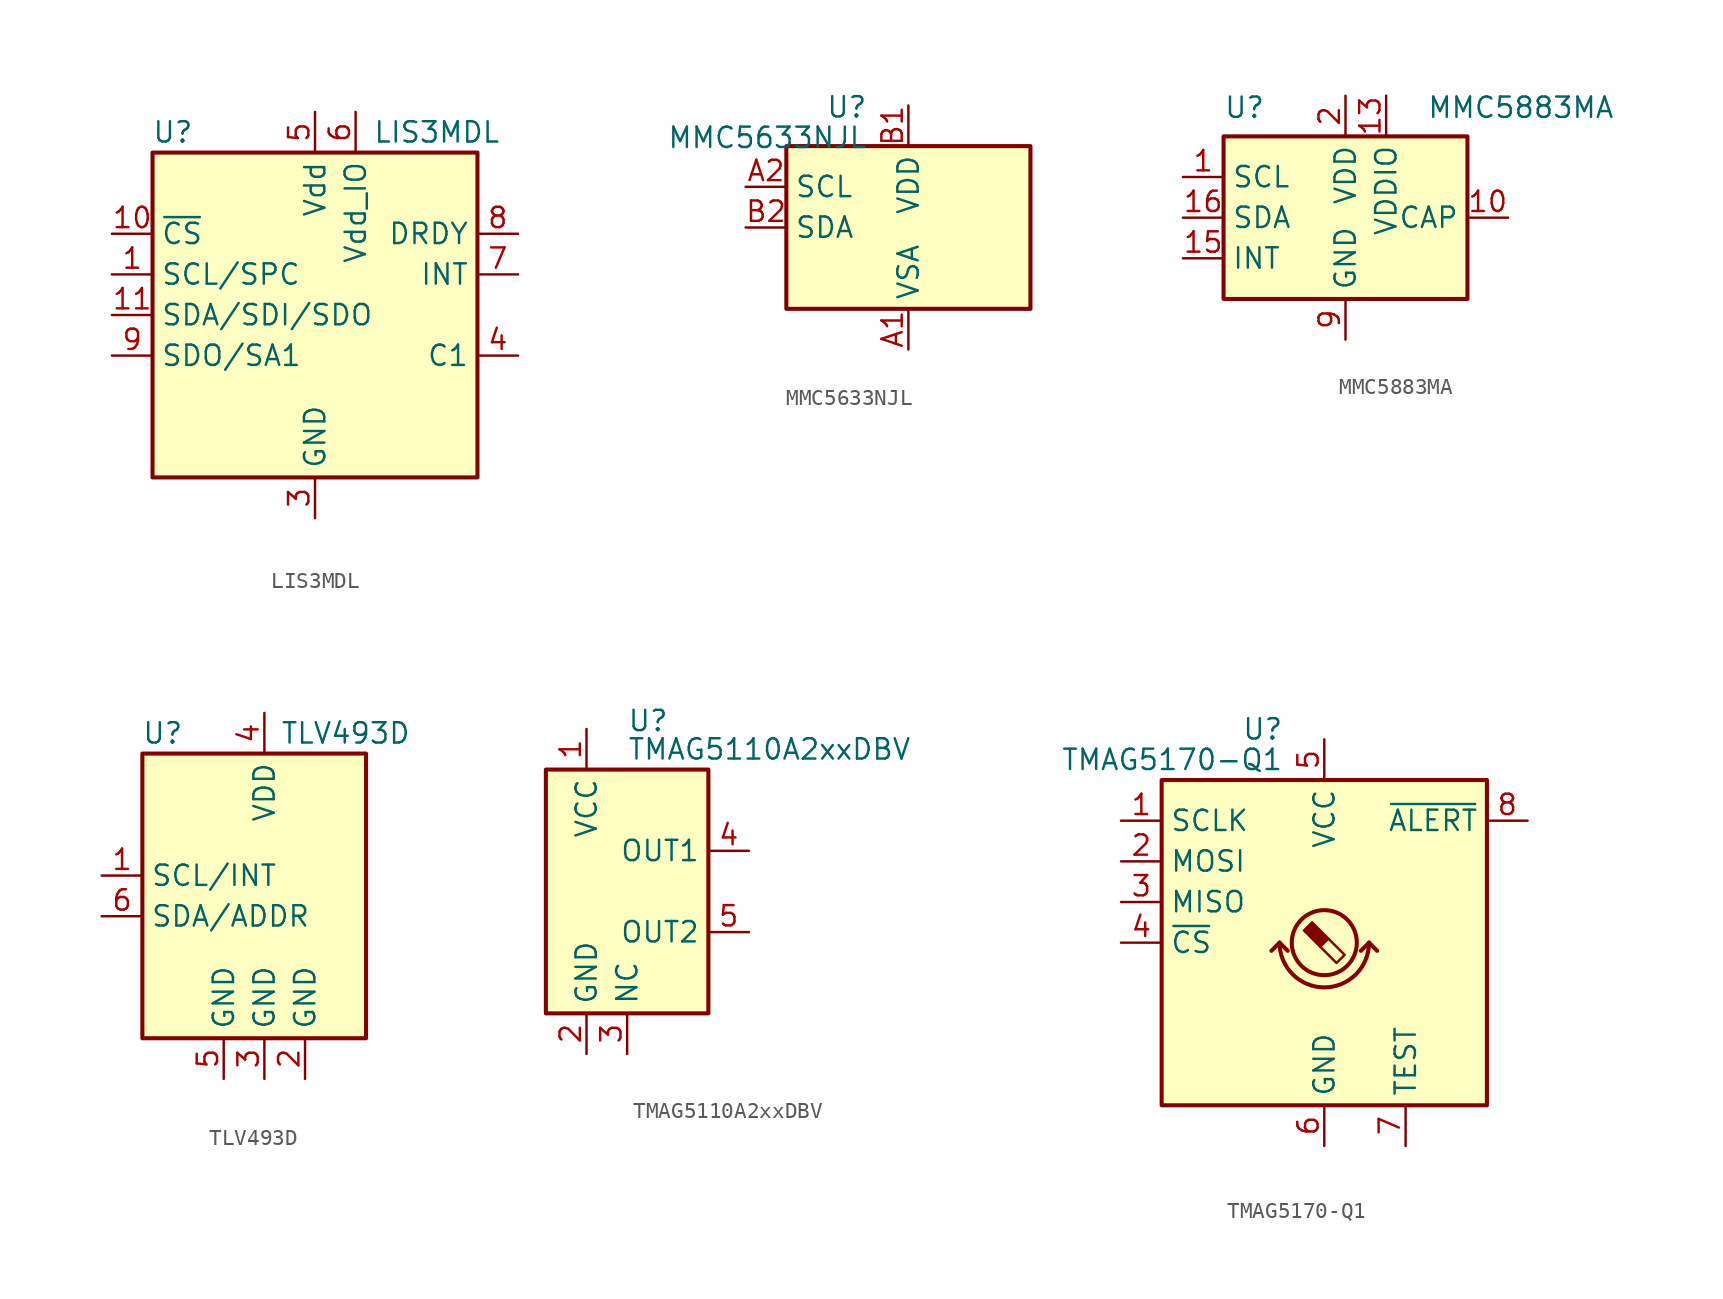
<source format=kicad_sym>
(kicad_symbol_lib
  (version 20220914)
  (generator kicad_symbol_editor)
  (symbol "LIS3MDL"
    (property "Reference" "U"
      (at -8.89 11.43 0)
      (effects (font (size 1.27 1.27))))
    (property "Value" "LIS3MDL"
      (at 7.62 11.43 0)
      (effects (font (size 1.27 1.27))))
    (symbol "LIS3MDL_0_1"
      (rectangle (start -10.16 10.16) (end 10.16 -10.16) (stroke (width 0.254) (type default)) (fill (type background))))
    (symbol "LIS3MDL_1_1"
      (pin input line (at -12.7 2.54 0) (length 2.54) (name "SCL/SPC" (effects (font (size 1.27 1.27)))) (number "1" (effects (font (size 1.27 1.27)))))
      (pin input line (at -12.7 5.08 0) (length 2.54) (name "~{CS}" (effects (font (size 1.27 1.27)))) (number "10" (effects (font (size 1.27 1.27)))))
      (pin bidirectional line (at -12.7 0 0) (length 2.54) (name "SDA/SDI/SDO" (effects (font (size 1.27 1.27)))) (number "11" (effects (font (size 1.27 1.27)))))
      (pin passive line (at 0 -12.7 90) (length 2.54) hide (name "GND" (effects (font (size 1.27 1.27)))) (number "12" (effects (font (size 1.27 1.27)))))
      (pin passive line (at 0 -12.7 90) (length 2.54) hide (name "GND" (effects (font (size 1.27 1.27)))) (number "2" (effects (font (size 1.27 1.27)))))
      (pin power_in line (at 0 -12.7 90) (length 2.54) (name "GND" (effects (font (size 1.27 1.27)))) (number "3" (effects (font (size 1.27 1.27)))))
      (pin power_out line (at 12.7 -2.54 180) (length 2.54) (name "C1" (effects (font (size 1.27 1.27)))) (number "4" (effects (font (size 1.27 1.27)))))
      (pin power_in line (at 0 12.7 270) (length 2.54) (name "Vdd" (effects (font (size 1.27 1.27)))) (number "5" (effects (font (size 1.27 1.27)))))
      (pin power_in line (at 2.54 12.7 270) (length 2.54) (name "Vdd_IO" (effects (font (size 1.27 1.27)))) (number "6" (effects (font (size 1.27 1.27)))))
      (pin output line (at 12.7 2.54 180) (length 2.54) (name "INT" (effects (font (size 1.27 1.27)))) (number "7" (effects (font (size 1.27 1.27)))))
      (pin output line (at 12.7 5.08 180) (length 2.54) (name "DRDY" (effects (font (size 1.27 1.27)))) (number "8" (effects (font (size 1.27 1.27)))))
      (pin bidirectional line (at -12.7 -2.54 0) (length 2.54) (name "SDO/SA1" (effects (font (size 1.27 1.27)))) (number "9" (effects (font (size 1.27 1.27)))))))
  (symbol "MMC5633NJL"
    (property "Reference" "U"
      (at -2.54 8.255 0)
      (effects (font (size 1.27 1.27)) (justify right top)))
    (property "Value" "MMC5633NJL"
      (at -2.54 6.35 0)
      (effects (font (size 1.27 1.27)) (justify right top)))
    (symbol "MMC5633NJL_0_1"
      (rectangle (start -7.62 -5.08) (end 7.62 5.08) (stroke (width 0.254) (type default)) (fill (type background))))
    (symbol "MMC5633NJL_1_1"
      (pin power_in line (at 0 -7.62 90) (length 2.54) (name "VSA" (effects (font (size 1.27 1.27)))) (number "A1" (effects (font (size 1.27 1.27)))))
      (pin input line (at -10.16 2.54 0) (length 2.54) (name "SCL" (effects (font (size 1.27 1.27)))) (number "A2" (effects (font (size 1.27 1.27)))))
      (pin power_in line (at 0 7.62 270) (length 2.54) (name "VDD" (effects (font (size 1.27 1.27)))) (number "B1" (effects (font (size 1.27 1.27)))))
      (pin bidirectional line (at -10.16 0 0) (length 2.54) (name "SDA" (effects (font (size 1.27 1.27)))) (number "B2" (effects (font (size 1.27 1.27)))))))
  (symbol "MMC5883MA"
    (property "Reference" "U"
      (at -7.62 7.62 0)
      (effects (font (size 1.27 1.27)) (justify left top)))
    (property "Value" "MMC5883MA"
      (at 5.08 7.62 0)
      (effects (font (size 1.27 1.27)) (justify left top)))
    (symbol "MMC5883MA_0_1"
      (rectangle (start -7.62 -5.08) (end 7.62 5.08) (stroke (width 0.254) (type default)) (fill (type background))))
    (symbol "MMC5883MA_1_1"
      (pin input line (at -10.16 2.54 0) (length 2.54) (name "SCL" (effects (font (size 1.27 1.27)))) (number "1" (effects (font (size 1.27 1.27)))))
      (pin passive line (at 10.16 0 180) (length 2.54) (name "CAP" (effects (font (size 1.27 1.27)))) (number "10" (effects (font (size 1.27 1.27)))))
      (pin passive line (at 0 -7.62 90) (length 2.54) hide (name "GND" (effects (font (size 1.27 1.27)))) (number "11" (effects (font (size 1.27 1.27)))))
      (pin no_connect line (at 5.08 -5.08 90) (length 2.54) hide (name "NC" (effects (font (size 1.27 1.27)))) (number "12" (effects (font (size 1.27 1.27)))))
      (pin power_in line (at 2.54 7.62 270) (length 2.54) (name "VDDIO" (effects (font (size 1.27 1.27)))) (number "13" (effects (font (size 1.27 1.27)))))
      (pin no_connect line (at -2.54 -5.08 90) (length 2.54) hide (name "NC" (effects (font (size 1.27 1.27)))) (number "14" (effects (font (size 1.27 1.27)))))
      (pin output line (at -10.16 -2.54 0) (length 2.54) (name "INT" (effects (font (size 1.27 1.27)))) (number "15" (effects (font (size 1.27 1.27)))))
      (pin bidirectional line (at -10.16 0 0) (length 2.54) (name "SDA" (effects (font (size 1.27 1.27)))) (number "16" (effects (font (size 1.27 1.27)))))
      (pin power_in line (at 0 7.62 270) (length 2.54) (name "VDD" (effects (font (size 1.27 1.27)))) (number "2" (effects (font (size 1.27 1.27)))))
      (pin no_connect line (at 7.62 -5.08 180) (length 2.54) hide (name "NC" (effects (font (size 1.27 1.27)))) (number "3" (effects (font (size 1.27 1.27)))))
      (pin no_connect line (at 7.62 2.54 180) (length 2.54) hide (name "NC" (effects (font (size 1.27 1.27)))) (number "4" (effects (font (size 1.27 1.27)))))
      (pin no_connect line (at 7.62 5.08 180) (length 2.54) hide (name "NC" (effects (font (size 1.27 1.27)))) (number "5" (effects (font (size 1.27 1.27)))))
      (pin no_connect line (at 7.62 -2.54 180) (length 2.54) hide (name "NC" (effects (font (size 1.27 1.27)))) (number "6" (effects (font (size 1.27 1.27)))))
      (pin no_connect line (at -5.08 -5.08 90) (length 2.54) hide (name "NC" (effects (font (size 1.27 1.27)))) (number "7" (effects (font (size 1.27 1.27)))))
      (pin no_connect line (at 2.54 -5.08 90) (length 2.54) hide (name "NC" (effects (font (size 1.27 1.27)))) (number "8" (effects (font (size 1.27 1.27)))))
      (pin power_in line (at 0 -7.62 90) (length 2.54) (name "GND" (effects (font (size 1.27 1.27)))) (number "9" (effects (font (size 1.27 1.27)))))))
  (symbol "TLV493D"
    (property "Reference" "U"
      (at -6.35 11.43 0)
      (effects (font (size 1.27 1.27))))
    (property "Value" "TLV493D"
      (at 5.08 11.43 0)
      (effects (font (size 1.27 1.27))))
    (symbol "TLV493D_0_1"
      (rectangle (start -7.62 10.16) (end 6.35 -7.62) (stroke (width 0.254) (type default)) (fill (type background))))
    (symbol "TLV493D_1_1"
      (pin bidirectional line (at -10.16 2.54 0) (length 2.54) (name "SCL/INT" (effects (font (size 1.27 1.27)))) (number "1" (effects (font (size 1.27 1.27)))))
      (pin power_in line (at 2.54 -10.16 90) (length 2.54) (name "GND" (effects (font (size 1.27 1.27)))) (number "2" (effects (font (size 1.27 1.27)))))
      (pin power_in line (at 0 -10.16 90) (length 2.54) (name "GND" (effects (font (size 1.27 1.27)))) (number "3" (effects (font (size 1.27 1.27)))))
      (pin power_in line (at 0 12.7 270) (length 2.54) (name "VDD" (effects (font (size 1.27 1.27)))) (number "4" (effects (font (size 1.27 1.27)))))
      (pin power_in line (at -2.54 -10.16 90) (length 2.54) (name "GND" (effects (font (size 1.27 1.27)))) (number "5" (effects (font (size 1.27 1.27)))))
      (pin bidirectional line (at -10.16 0 0) (length 2.54) (name "SDA/ADDR" (effects (font (size 1.27 1.27)))) (number "6" (effects (font (size 1.27 1.27)))))))
  (symbol "TMAG5110A2xxDBV"
    (property "Reference" "U"
      (at 0 10.668 0)
      (effects (font (size 1.27 1.27)) (justify left)))
    (property "Value" "TMAG5110A2xxDBV"
      (at 0 8.89 0)
      (effects (font (size 1.27 1.27)) (justify left)))
    (symbol "TMAG5110A2xxDBV_0_0"
      (pin passive line (at 0 -10.16 90) (length 2.54) (name "NC" (effects (font (size 1.27 1.27)))) (number "3" (effects (font (size 1.27 1.27)))))
      (pin open_collector line (at 7.62 -2.54 180) (length 2.54) (name "OUT2" (effects (font (size 1.27 1.27)))) (number "5" (effects (font (size 1.27 1.27))))))
    (symbol "TMAG5110A2xxDBV_0_1"
      (rectangle (start -5.08 7.62) (end 5.08 -7.62) (stroke (width 0.254) (type default)) (fill (type background))))
    (symbol "TMAG5110A2xxDBV_1_1"
      (pin power_in line (at -2.54 10.16 270) (length 2.54) (name "VCC" (effects (font (size 1.27 1.27)))) (number "1" (effects (font (size 1.27 1.27)))))
      (pin power_in line (at -2.54 -10.16 90) (length 2.54) (name "GND" (effects (font (size 1.27 1.27)))) (number "2" (effects (font (size 1.27 1.27)))))
      (pin open_collector line (at 7.62 2.54 180) (length 2.54) (name "OUT1" (effects (font (size 1.27 1.27)))) (number "4" (effects (font (size 1.27 1.27)))))))
  (symbol "TMAG5170-Q1"
    (property "Reference" "U"
      (at -2.54 13.335 0)
      (effects (font (size 1.27 1.27)) (justify right)))
    (property "Value" "TMAG5170-Q1"
      (at -2.54 11.43 0)
      (effects (font (size 1.27 1.27)) (justify right)))
    (symbol "TMAG5170-Q1_0_1"
      (rectangle (start -10.16 10.16) (end 10.16 -10.16) (stroke (width 0.254) (type default)) (fill (type background)))
      (arc (start -2.794 0) (mid 0 -2.7819) (end 2.794 0) (stroke (width 0.254) (type default)) (fill (type none)))
      (polyline (pts (xy -2.794 0) (xy -3.302 -0.508)) (stroke (width 0.254) (type default)) (fill (type none)))
      (polyline (pts (xy -2.794 0) (xy -2.286 -0.508)) (stroke (width 0.254) (type default)) (fill (type none)))
      (polyline (pts (xy 2.794 0) (xy 2.286 -0.508)) (stroke (width 0.254) (type default)) (fill (type none)))
      (polyline (pts (xy 2.794 0) (xy 3.302 -0.508)) (stroke (width 0.254) (type default)) (fill (type none))))
    (symbol "TMAG5170-Q1_1_1"
      (polyline (pts (xy 0.254 0.254) (xy 1.27 -0.762) (xy 0.762 -1.27) (xy -0.254 -0.254)) (stroke (width 0) (type default)) (fill (type none)))
      (polyline (pts (xy -0.762 1.27) (xy 0.254 0.254) (xy -0.254 -0.254) (xy -1.27 0.762) (xy -1.016 1.016) (xy -0.762 1.27) (xy -0.635 1.143)) (stroke (width 0) (type default)) (fill (type outline)))
      (circle (center 0 0) (radius 2.032) (stroke (width 0.254) (type default)) (fill (type none)))
      (pin input line (at -12.7 7.62 0) (length 2.54) (name "SCLK" (effects (font (size 1.27 1.27)))) (number "1" (effects (font (size 1.27 1.27)))))
      (pin input line (at -12.7 5.08 0) (length 2.54) (name "MOSI" (effects (font (size 1.27 1.27)))) (number "2" (effects (font (size 1.27 1.27)))))
      (pin output line (at -12.7 2.54 0) (length 2.54) (name "MISO" (effects (font (size 1.27 1.27)))) (number "3" (effects (font (size 1.27 1.27)))))
      (pin input line (at -12.7 0 0) (length 2.54) (name "~{CS}" (effects (font (size 1.27 1.27)))) (number "4" (effects (font (size 1.27 1.27)))))
      (pin power_in line (at 0 12.7 270) (length 2.54) (name "VCC" (effects (font (size 1.27 1.27)))) (number "5" (effects (font (size 1.27 1.27)))))
      (pin power_in line (at 0 -12.7 90) (length 2.54) (name "GND" (effects (font (size 1.27 1.27)))) (number "6" (effects (font (size 1.27 1.27)))))
      (pin passive line (at 5.08 -12.7 90) (length 2.54) (name "TEST" (effects (font (size 1.27 1.27)))) (number "7" (effects (font (size 1.27 1.27)))))
      (pin bidirectional line (at 12.7 7.62 180) (length 2.54) (name "~{ALERT}" (effects (font (size 1.27 1.27)))) (number "8" (effects (font (size 1.27 1.27))))))))
</source>
